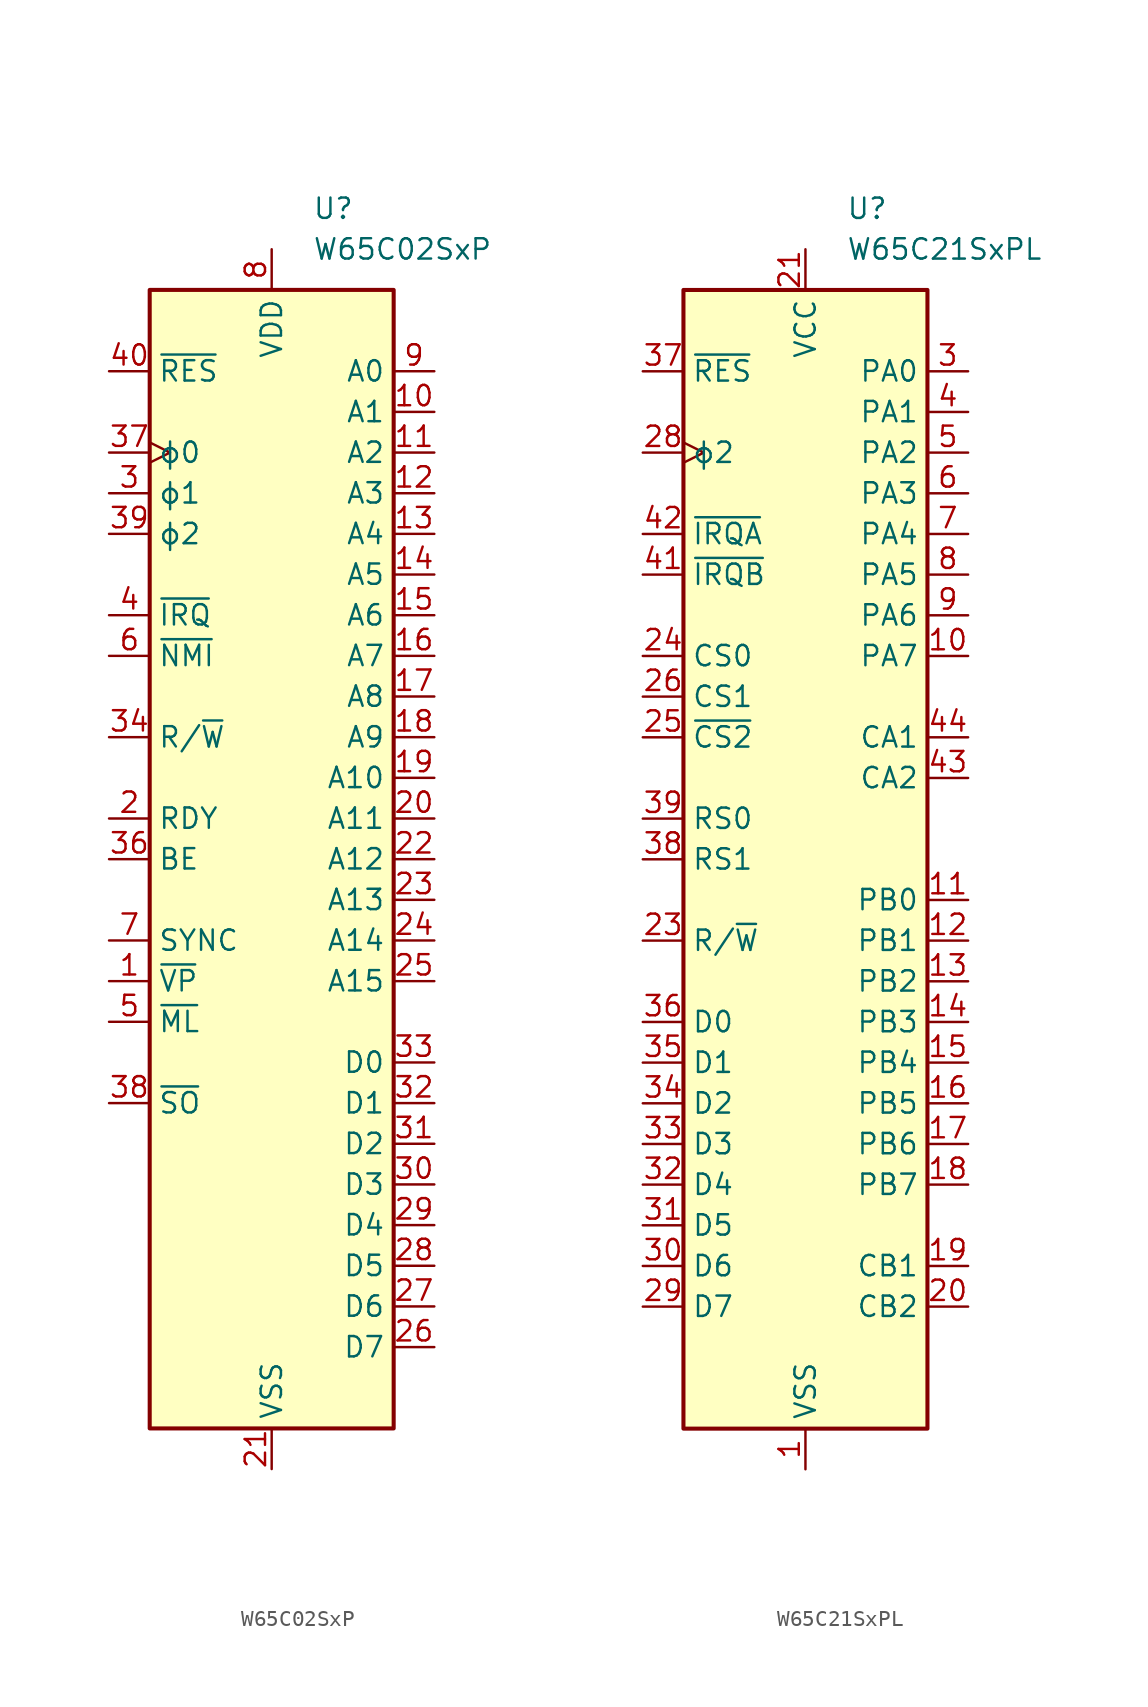
<source format=kicad_sym>
(kicad_symbol_lib
  (version 20231120)
  (generator "kicad_symbol_editor")
  (generator_version "8.0")
  (symbol "W65C02SxP"
    (property "Reference" "U"
      (at 2.54 40.64 0)
      (effects (font (size 1.27 1.27)) (justify left)))
    (property "Value" "W65C02SxP"
      (at 2.54 38.1 0)
      (effects (font (size 1.27 1.27)) (justify left)))
    (symbol "W65C02SxP_0_1"
      (rectangle (start -7.62 35.56) (end 7.62 -35.56) (stroke (width 0.254) (type default)) (fill (type background))))
    (symbol "W65C02SxP_1_1"
      (pin output line (at -10.16 -7.62 0) (length 2.54) (name "~{VP}" (effects (font (size 1.27 1.27)))) (number "1" (effects (font (size 1.27 1.27)))))
      (pin tri_state line (at 10.16 27.94 180) (length 2.54) (name "A1" (effects (font (size 1.27 1.27)))) (number "10" (effects (font (size 1.27 1.27)))))
      (pin tri_state line (at 10.16 25.4 180) (length 2.54) (name "A2" (effects (font (size 1.27 1.27)))) (number "11" (effects (font (size 1.27 1.27)))))
      (pin tri_state line (at 10.16 22.86 180) (length 2.54) (name "A3" (effects (font (size 1.27 1.27)))) (number "12" (effects (font (size 1.27 1.27)))))
      (pin tri_state line (at 10.16 20.32 180) (length 2.54) (name "A4" (effects (font (size 1.27 1.27)))) (number "13" (effects (font (size 1.27 1.27)))))
      (pin tri_state line (at 10.16 17.78 180) (length 2.54) (name "A5" (effects (font (size 1.27 1.27)))) (number "14" (effects (font (size 1.27 1.27)))))
      (pin tri_state line (at 10.16 15.24 180) (length 2.54) (name "A6" (effects (font (size 1.27 1.27)))) (number "15" (effects (font (size 1.27 1.27)))))
      (pin tri_state line (at 10.16 12.7 180) (length 2.54) (name "A7" (effects (font (size 1.27 1.27)))) (number "16" (effects (font (size 1.27 1.27)))))
      (pin tri_state line (at 10.16 10.16 180) (length 2.54) (name "A8" (effects (font (size 1.27 1.27)))) (number "17" (effects (font (size 1.27 1.27)))))
      (pin tri_state line (at 10.16 7.62 180) (length 2.54) (name "A9" (effects (font (size 1.27 1.27)))) (number "18" (effects (font (size 1.27 1.27)))))
      (pin tri_state line (at 10.16 5.08 180) (length 2.54) (name "A10" (effects (font (size 1.27 1.27)))) (number "19" (effects (font (size 1.27 1.27)))))
      (pin open_collector line (at -10.16 2.54 0) (length 2.54) (name "RDY" (effects (font (size 1.27 1.27)))) (number "2" (effects (font (size 1.27 1.27)))))
      (pin tri_state line (at 10.16 2.54 180) (length 2.54) (name "A11" (effects (font (size 1.27 1.27)))) (number "20" (effects (font (size 1.27 1.27)))))
      (pin power_in line (at 0 -38.1 90) (length 2.54) (name "VSS" (effects (font (size 1.27 1.27)))) (number "21" (effects (font (size 1.27 1.27)))))
      (pin tri_state line (at 10.16 0 180) (length 2.54) (name "A12" (effects (font (size 1.27 1.27)))) (number "22" (effects (font (size 1.27 1.27)))))
      (pin tri_state line (at 10.16 -2.54 180) (length 2.54) (name "A13" (effects (font (size 1.27 1.27)))) (number "23" (effects (font (size 1.27 1.27)))))
      (pin tri_state line (at 10.16 -5.08 180) (length 2.54) (name "A14" (effects (font (size 1.27 1.27)))) (number "24" (effects (font (size 1.27 1.27)))))
      (pin tri_state line (at 10.16 -7.62 180) (length 2.54) (name "A15" (effects (font (size 1.27 1.27)))) (number "25" (effects (font (size 1.27 1.27)))))
      (pin bidirectional line (at 10.16 -30.48 180) (length 2.54) (name "D7" (effects (font (size 1.27 1.27)))) (number "26" (effects (font (size 1.27 1.27)))))
      (pin bidirectional line (at 10.16 -27.94 180) (length 2.54) (name "D6" (effects (font (size 1.27 1.27)))) (number "27" (effects (font (size 1.27 1.27)))))
      (pin bidirectional line (at 10.16 -25.4 180) (length 2.54) (name "D5" (effects (font (size 1.27 1.27)))) (number "28" (effects (font (size 1.27 1.27)))))
      (pin bidirectional line (at 10.16 -22.86 180) (length 2.54) (name "D4" (effects (font (size 1.27 1.27)))) (number "29" (effects (font (size 1.27 1.27)))))
      (pin output line (at -10.16 22.86 0) (length 2.54) (name "ϕ1" (effects (font (size 1.27 1.27)))) (number "3" (effects (font (size 1.27 1.27)))))
      (pin bidirectional line (at 10.16 -20.32 180) (length 2.54) (name "D3" (effects (font (size 1.27 1.27)))) (number "30" (effects (font (size 1.27 1.27)))))
      (pin bidirectional line (at 10.16 -17.78 180) (length 2.54) (name "D2" (effects (font (size 1.27 1.27)))) (number "31" (effects (font (size 1.27 1.27)))))
      (pin bidirectional line (at 10.16 -15.24 180) (length 2.54) (name "D1" (effects (font (size 1.27 1.27)))) (number "32" (effects (font (size 1.27 1.27)))))
      (pin bidirectional line (at 10.16 -12.7 180) (length 2.54) (name "D0" (effects (font (size 1.27 1.27)))) (number "33" (effects (font (size 1.27 1.27)))))
      (pin tri_state line (at -10.16 7.62 0) (length 2.54) (name "R/~{W}" (effects (font (size 1.27 1.27)))) (number "34" (effects (font (size 1.27 1.27)))))
      (pin no_connect non_logic (at -7.62 -30.48 0) (length 2.54) hide (name "nc" (effects (font (size 1.27 1.27)))) (number "35" (effects (font (size 1.27 1.27)))))
      (pin input line (at -10.16 0 0) (length 2.54) (name "BE" (effects (font (size 1.27 1.27)))) (number "36" (effects (font (size 1.27 1.27)))))
      (pin input clock (at -10.16 25.4 0) (length 2.54) (name "ϕ0" (effects (font (size 1.27 1.27)))) (number "37" (effects (font (size 1.27 1.27)))))
      (pin input line (at -10.16 -15.24 0) (length 2.54) (name "~{SO}" (effects (font (size 1.27 1.27)))) (number "38" (effects (font (size 1.27 1.27)))))
      (pin output line (at -10.16 20.32 0) (length 2.54) (name "ϕ2" (effects (font (size 1.27 1.27)))) (number "39" (effects (font (size 1.27 1.27)))))
      (pin input line (at -10.16 15.24 0) (length 2.54) (name "~{IRQ}" (effects (font (size 1.27 1.27)))) (number "4" (effects (font (size 1.27 1.27)))))
      (pin input line (at -10.16 30.48 0) (length 2.54) (name "~{RES}" (effects (font (size 1.27 1.27)))) (number "40" (effects (font (size 1.27 1.27)))))
      (pin output line (at -10.16 -10.16 0) (length 2.54) (name "~{ML}" (effects (font (size 1.27 1.27)))) (number "5" (effects (font (size 1.27 1.27)))))
      (pin input line (at -10.16 12.7 0) (length 2.54) (name "~{NMI}" (effects (font (size 1.27 1.27)))) (number "6" (effects (font (size 1.27 1.27)))))
      (pin output line (at -10.16 -5.08 0) (length 2.54) (name "SYNC" (effects (font (size 1.27 1.27)))) (number "7" (effects (font (size 1.27 1.27)))))
      (pin power_in line (at 0 38.1 270) (length 2.54) (name "VDD" (effects (font (size 1.27 1.27)))) (number "8" (effects (font (size 1.27 1.27)))))
      (pin tri_state line (at 10.16 30.48 180) (length 2.54) (name "A0" (effects (font (size 1.27 1.27)))) (number "9" (effects (font (size 1.27 1.27)))))))
  (symbol "W65C21SxPL"
    (property "Reference" "U"
      (at 2.54 40.64 0)
      (effects (font (size 1.27 1.27)) (justify left)))
    (property "Value" "W65C21SxPL"
      (at 2.54 38.1 0)
      (effects (font (size 1.27 1.27)) (justify left)))
    (symbol "W65C21SxPL_0_1"
      (rectangle (start -7.62 35.56) (end 7.62 -35.56) (stroke (width 0.254) (type default)) (fill (type background))))
    (symbol "W65C21SxPL_1_1"
      (pin power_in line (at 0 -38.1 90) (length 2.54) (name "VSS" (effects (font (size 1.27 1.27)))) (number "1" (effects (font (size 1.27 1.27)))))
      (pin bidirectional line (at 10.16 12.7 180) (length 2.54) (name "PA7" (effects (font (size 1.27 1.27)))) (number "10" (effects (font (size 1.27 1.27)))))
      (pin bidirectional line (at 10.16 -2.54 180) (length 2.54) (name "PB0" (effects (font (size 1.27 1.27)))) (number "11" (effects (font (size 1.27 1.27)))))
      (pin bidirectional line (at 10.16 -5.08 180) (length 2.54) (name "PB1" (effects (font (size 1.27 1.27)))) (number "12" (effects (font (size 1.27 1.27)))))
      (pin bidirectional line (at 10.16 -7.62 180) (length 2.54) (name "PB2" (effects (font (size 1.27 1.27)))) (number "13" (effects (font (size 1.27 1.27)))))
      (pin bidirectional line (at 10.16 -10.16 180) (length 2.54) (name "PB3" (effects (font (size 1.27 1.27)))) (number "14" (effects (font (size 1.27 1.27)))))
      (pin bidirectional line (at 10.16 -12.7 180) (length 2.54) (name "PB4" (effects (font (size 1.27 1.27)))) (number "15" (effects (font (size 1.27 1.27)))))
      (pin bidirectional line (at 10.16 -15.24 180) (length 2.54) (name "PB5" (effects (font (size 1.27 1.27)))) (number "16" (effects (font (size 1.27 1.27)))))
      (pin bidirectional line (at 10.16 -17.78 180) (length 2.54) (name "PB6" (effects (font (size 1.27 1.27)))) (number "17" (effects (font (size 1.27 1.27)))))
      (pin bidirectional line (at 10.16 -20.32 180) (length 2.54) (name "PB7" (effects (font (size 1.27 1.27)))) (number "18" (effects (font (size 1.27 1.27)))))
      (pin input line (at 10.16 -25.4 180) (length 2.54) (name "CB1" (effects (font (size 1.27 1.27)))) (number "19" (effects (font (size 1.27 1.27)))))
      (pin no_connect non_logic (at -7.62 22.86 0) (length 2.54) hide (name "nc" (effects (font (size 1.27 1.27)))) (number "2" (effects (font (size 1.27 1.27)))))
      (pin bidirectional line (at 10.16 -27.94 180) (length 2.54) (name "CB2" (effects (font (size 1.27 1.27)))) (number "20" (effects (font (size 1.27 1.27)))))
      (pin power_in line (at 0 38.1 270) (length 2.54) (name "VCC" (effects (font (size 1.27 1.27)))) (number "21" (effects (font (size 1.27 1.27)))))
      (pin no_connect non_logic (at -7.62 5.08 0) (length 2.54) hide (name "nc" (effects (font (size 1.27 1.27)))) (number "22" (effects (font (size 1.27 1.27)))))
      (pin input line (at -10.16 -5.08 0) (length 2.54) (name "R/~{W}" (effects (font (size 1.27 1.27)))) (number "23" (effects (font (size 1.27 1.27)))))
      (pin input line (at -10.16 12.7 0) (length 2.54) (name "CS0" (effects (font (size 1.27 1.27)))) (number "24" (effects (font (size 1.27 1.27)))))
      (pin input line (at -10.16 7.62 0) (length 2.54) (name "~{CS2}" (effects (font (size 1.27 1.27)))) (number "25" (effects (font (size 1.27 1.27)))))
      (pin input line (at -10.16 10.16 0) (length 2.54) (name "CS1" (effects (font (size 1.27 1.27)))) (number "26" (effects (font (size 1.27 1.27)))))
      (pin no_connect non_logic (at -7.62 -7.62 0) (length 2.54) hide (name "nc" (effects (font (size 1.27 1.27)))) (number "27" (effects (font (size 1.27 1.27)))))
      (pin input clock (at -10.16 25.4 0) (length 2.54) (name "ϕ2" (effects (font (size 1.27 1.27)))) (number "28" (effects (font (size 1.27 1.27)))))
      (pin bidirectional line (at -10.16 -27.94 0) (length 2.54) (name "D7" (effects (font (size 1.27 1.27)))) (number "29" (effects (font (size 1.27 1.27)))))
      (pin bidirectional line (at 10.16 30.48 180) (length 2.54) (name "PA0" (effects (font (size 1.27 1.27)))) (number "3" (effects (font (size 1.27 1.27)))))
      (pin bidirectional line (at -10.16 -25.4 0) (length 2.54) (name "D6" (effects (font (size 1.27 1.27)))) (number "30" (effects (font (size 1.27 1.27)))))
      (pin bidirectional line (at -10.16 -22.86 0) (length 2.54) (name "D5" (effects (font (size 1.27 1.27)))) (number "31" (effects (font (size 1.27 1.27)))))
      (pin bidirectional line (at -10.16 -20.32 0) (length 2.54) (name "D4" (effects (font (size 1.27 1.27)))) (number "32" (effects (font (size 1.27 1.27)))))
      (pin bidirectional line (at -10.16 -17.78 0) (length 2.54) (name "D3" (effects (font (size 1.27 1.27)))) (number "33" (effects (font (size 1.27 1.27)))))
      (pin bidirectional line (at -10.16 -15.24 0) (length 2.54) (name "D2" (effects (font (size 1.27 1.27)))) (number "34" (effects (font (size 1.27 1.27)))))
      (pin bidirectional line (at -10.16 -12.7 0) (length 2.54) (name "D1" (effects (font (size 1.27 1.27)))) (number "35" (effects (font (size 1.27 1.27)))))
      (pin bidirectional line (at -10.16 -10.16 0) (length 2.54) (name "D0" (effects (font (size 1.27 1.27)))) (number "36" (effects (font (size 1.27 1.27)))))
      (pin input line (at -10.16 30.48 0) (length 2.54) (name "~{RES}" (effects (font (size 1.27 1.27)))) (number "37" (effects (font (size 1.27 1.27)))))
      (pin input line (at -10.16 0 0) (length 2.54) (name "RS1" (effects (font (size 1.27 1.27)))) (number "38" (effects (font (size 1.27 1.27)))))
      (pin input line (at -10.16 2.54 0) (length 2.54) (name "RS0" (effects (font (size 1.27 1.27)))) (number "39" (effects (font (size 1.27 1.27)))))
      (pin bidirectional line (at 10.16 27.94 180) (length 2.54) (name "PA1" (effects (font (size 1.27 1.27)))) (number "4" (effects (font (size 1.27 1.27)))))
      (pin no_connect non_logic (at -7.62 -30.48 0) (length 2.54) hide (name "nc" (effects (font (size 1.27 1.27)))) (number "40" (effects (font (size 1.27 1.27)))))
      (pin open_collector line (at -10.16 17.78 0) (length 2.54) (name "~{IRQB}" (effects (font (size 1.27 1.27)))) (number "41" (effects (font (size 1.27 1.27)))))
      (pin open_collector line (at -10.16 20.32 0) (length 2.54) (name "~{IRQA}" (effects (font (size 1.27 1.27)))) (number "42" (effects (font (size 1.27 1.27)))))
      (pin bidirectional line (at 10.16 5.08 180) (length 2.54) (name "CA2" (effects (font (size 1.27 1.27)))) (number "43" (effects (font (size 1.27 1.27)))))
      (pin input line (at 10.16 7.62 180) (length 2.54) (name "CA1" (effects (font (size 1.27 1.27)))) (number "44" (effects (font (size 1.27 1.27)))))
      (pin bidirectional line (at 10.16 25.4 180) (length 2.54) (name "PA2" (effects (font (size 1.27 1.27)))) (number "5" (effects (font (size 1.27 1.27)))))
      (pin bidirectional line (at 10.16 22.86 180) (length 2.54) (name "PA3" (effects (font (size 1.27 1.27)))) (number "6" (effects (font (size 1.27 1.27)))))
      (pin bidirectional line (at 10.16 20.32 180) (length 2.54) (name "PA4" (effects (font (size 1.27 1.27)))) (number "7" (effects (font (size 1.27 1.27)))))
      (pin bidirectional line (at 10.16 17.78 180) (length 2.54) (name "PA5" (effects (font (size 1.27 1.27)))) (number "8" (effects (font (size 1.27 1.27)))))
      (pin bidirectional line (at 10.16 15.24 180) (length 2.54) (name "PA6" (effects (font (size 1.27 1.27)))) (number "9" (effects (font (size 1.27 1.27))))))))
</source>
